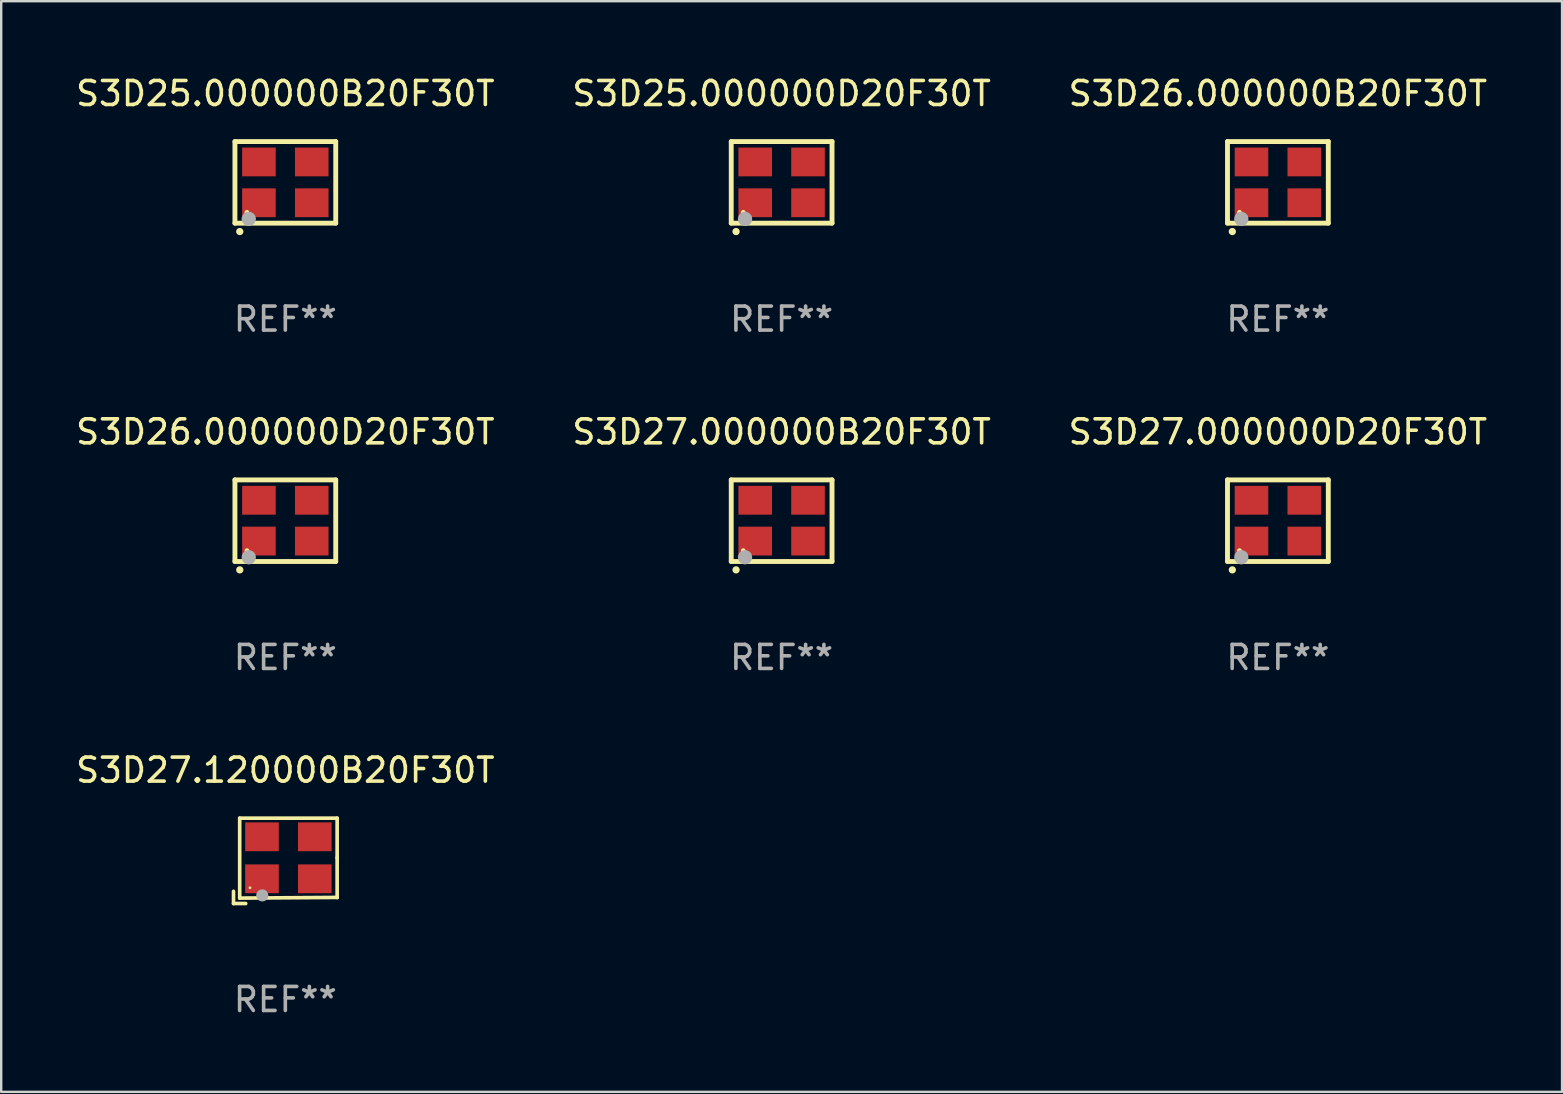
<source format=kicad_pcb>
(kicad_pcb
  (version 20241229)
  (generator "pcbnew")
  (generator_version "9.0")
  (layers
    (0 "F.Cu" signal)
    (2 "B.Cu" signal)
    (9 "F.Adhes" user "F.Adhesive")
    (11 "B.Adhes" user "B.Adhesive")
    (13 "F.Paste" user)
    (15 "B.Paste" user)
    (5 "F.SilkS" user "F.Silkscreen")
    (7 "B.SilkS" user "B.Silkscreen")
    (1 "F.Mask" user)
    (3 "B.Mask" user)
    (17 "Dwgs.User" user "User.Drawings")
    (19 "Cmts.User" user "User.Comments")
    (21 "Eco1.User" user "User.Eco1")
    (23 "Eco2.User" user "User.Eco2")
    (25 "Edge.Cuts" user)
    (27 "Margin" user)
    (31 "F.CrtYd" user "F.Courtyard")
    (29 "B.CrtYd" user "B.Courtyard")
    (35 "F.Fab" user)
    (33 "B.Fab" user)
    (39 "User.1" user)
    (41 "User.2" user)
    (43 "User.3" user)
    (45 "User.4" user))
  (footprint "S3D27.000000D20F30T"
    (layer "F.Cu")
    (at 50.196 18.645)
    (property "Reference" "S3D27.000000D20F30T" (at 0 -3.7 0) (layer "F.SilkS") (effects (font (size 1 1) (thickness 0.15))))
    (attr through_hole)
    (fp_line (start -2.1 -1.7) (end -2.1 1.7) (stroke (width 0.203) (type solid)) (layer "F.SilkS"))
    (fp_line (start -2.1 1.7) (end 2.1 1.7) (stroke (width 0.203) (type solid)) (layer "F.SilkS"))
    (fp_line (start 2.1 -1.7) (end -2.1 -1.7) (stroke (width 0.203) (type solid)) (layer "F.SilkS"))
    (fp_line (start 2.1 1.7) (end 2.1 -1.7) (stroke (width 0.203) (type solid)) (layer "F.SilkS"))
    (fp_arc (start -1.899924 2.049784) (mid -1.898654 2.049779) (end -1.897384 2.049784) (stroke (width 0.3) (type solid)) (layer "F.SilkS"))
    (fp_circle (center -1.6 1.25) (end -1.55 1.25) (stroke (width 0.1) (type solid)) (fill no) (layer "F.SilkS"))
    (fp_circle (center -1.524 1.524) (end -1.374 1.524) (stroke (width 0.3) (type solid)) (fill no) (layer "F.Fab"))
    (fp_text user "REF**" (at 0 5.7 0) (layer "F.Fab") (effects (font (size 1 1) (thickness 0.15))))
    (pad "1" smd rect (at -1.1 0.85) (size 1.4 1.2) (layers "F.Cu" "F.Mask" "F.Paste"))
    (pad "2" smd rect (at 1.1 0.85) (size 1.4 1.2) (layers "F.Cu" "F.Mask" "F.Paste"))
    (pad "3" smd rect (at 1.1 -0.85) (size 1.4 1.2) (layers "F.Cu" "F.Mask" "F.Paste"))
    (pad "4" smd rect (at -1.1 -0.85) (size 1.4 1.2) (layers "F.Cu" "F.Mask" "F.Paste")))
  (footprint "S3D27.120000B20F30T"
    (layer "F.Cu")
    (at 8.839 32.819)
    (property "Reference" "S3D27.120000B20F30T" (at 0 -3.778 0) (layer "F.SilkS") (effects (font (size 1 1) (thickness 0.15))))
    (attr through_hole)
    (fp_line (start -2.159 1.27) (end -2.159 1.778) (stroke (width 0.152) (type solid)) (layer "F.SilkS"))
    (fp_line (start -2.159 1.778) (end -1.651 1.778) (stroke (width 0.152) (type solid)) (layer "F.SilkS"))
    (fp_line (start -1.902 -1.778) (end 2.159 -1.778) (stroke (width 0.152) (type solid)) (layer "F.SilkS"))
    (fp_line (start -1.902 1.552) (end -1.902 -1.778) (stroke (width 0.152) (type solid)) (layer "F.SilkS"))
    (fp_line (start 2.159 -1.778) (end 2.159 -0.127) (stroke (width 0.152) (type solid)) (layer "F.SilkS"))
    (fp_line (start 2.159 -0.127) (end 2.159 1.524) (stroke (width 0.152) (type solid)) (layer "F.SilkS"))
    (fp_line (start 2.159 1.524) (end -1.902 1.552) (stroke (width 0.152) (type solid)) (layer "F.SilkS"))
    (fp_line (start 2.159 1.524) (end 2.159 1.524) (stroke (width 0.152) (type solid)) (layer "F.SilkS"))
    (fp_circle (center -1.473 1.123) (end -1.443 1.123) (stroke (width 0.06) (type solid)) (fill no) (layer "F.SilkS"))
    (fp_circle (center -0.961 1.44) (end -0.834 1.44) (stroke (width 0.254) (type solid)) (fill no) (layer "F.Fab"))
    (fp_text user "REF**" (at 0 5.778 0) (layer "F.Fab") (effects (font (size 1 1) (thickness 0.15))))
    (pad "1" smd rect (at -0.973 0.748) (size 1.4 1.2) (layers "F.Cu" "F.Mask" "F.Paste"))
    (pad "2" smd rect (at 1.227 0.748) (size 1.4 1.2) (layers "F.Cu" "F.Mask" "F.Paste"))
    (pad "3" smd rect (at 1.227 -1.002) (size 1.4 1.2) (layers "F.Cu" "F.Mask" "F.Paste"))
    (pad "4" smd rect (at -0.973 -1.002) (size 1.4 1.2) (layers "F.Cu" "F.Mask" "F.Paste")))
  (footprint "S3D25.000000D20F30T"
    (layer "F.Cu")
    (at 29.518 4.548)
    (property "Reference" "S3D25.000000D20F30T" (at 0 -3.7 0) (layer "F.SilkS") (effects (font (size 1 1) (thickness 0.15))))
    (attr through_hole)
    (fp_line (start -2.1 -1.7) (end -2.1 1.7) (stroke (width 0.203) (type solid)) (layer "F.SilkS"))
    (fp_line (start -2.1 1.7) (end 2.1 1.7) (stroke (width 0.203) (type solid)) (layer "F.SilkS"))
    (fp_line (start 2.1 -1.7) (end -2.1 -1.7) (stroke (width 0.203) (type solid)) (layer "F.SilkS"))
    (fp_line (start 2.1 1.7) (end 2.1 -1.7) (stroke (width 0.203) (type solid)) (layer "F.SilkS"))
    (fp_arc (start -1.899924 2.049784) (mid -1.898654 2.049779) (end -1.897384 2.049784) (stroke (width 0.3) (type solid)) (layer "F.SilkS"))
    (fp_circle (center -1.6 1.25) (end -1.55 1.25) (stroke (width 0.1) (type solid)) (fill no) (layer "F.SilkS"))
    (fp_circle (center -1.524 1.524) (end -1.374 1.524) (stroke (width 0.3) (type solid)) (fill no) (layer "F.Fab"))
    (fp_text user "REF**" (at 0 5.7 0) (layer "F.Fab") (effects (font (size 1 1) (thickness 0.15))))
    (pad "1" smd rect (at -1.1 0.85) (size 1.4 1.2) (layers "F.Cu" "F.Mask" "F.Paste"))
    (pad "2" smd rect (at 1.1 0.85) (size 1.4 1.2) (layers "F.Cu" "F.Mask" "F.Paste"))
    (pad "3" smd rect (at 1.1 -0.85) (size 1.4 1.2) (layers "F.Cu" "F.Mask" "F.Paste"))
    (pad "4" smd rect (at -1.1 -0.85) (size 1.4 1.2) (layers "F.Cu" "F.Mask" "F.Paste")))
  (footprint "S3D26.000000D20F30T"
    (layer "F.Cu")
    (at 8.839 18.645)
    (property "Reference" "S3D26.000000D20F30T" (at 0 -3.7 0) (layer "F.SilkS") (effects (font (size 1 1) (thickness 0.15))))
    (attr through_hole)
    (fp_line (start -2.1 -1.7) (end -2.1 1.7) (stroke (width 0.203) (type solid)) (layer "F.SilkS"))
    (fp_line (start -2.1 1.7) (end 2.1 1.7) (stroke (width 0.203) (type solid)) (layer "F.SilkS"))
    (fp_line (start 2.1 -1.7) (end -2.1 -1.7) (stroke (width 0.203) (type solid)) (layer "F.SilkS"))
    (fp_line (start 2.1 1.7) (end 2.1 -1.7) (stroke (width 0.203) (type solid)) (layer "F.SilkS"))
    (fp_arc (start -1.899924 2.049784) (mid -1.898654 2.049779) (end -1.897384 2.049784) (stroke (width 0.3) (type solid)) (layer "F.SilkS"))
    (fp_circle (center -1.6 1.25) (end -1.55 1.25) (stroke (width 0.1) (type solid)) (fill no) (layer "F.SilkS"))
    (fp_circle (center -1.524 1.524) (end -1.374 1.524) (stroke (width 0.3) (type solid)) (fill no) (layer "F.Fab"))
    (fp_text user "REF**" (at 0 5.7 0) (layer "F.Fab") (effects (font (size 1 1) (thickness 0.15))))
    (pad "1" smd rect (at -1.1 0.85) (size 1.4 1.2) (layers "F.Cu" "F.Mask" "F.Paste"))
    (pad "2" smd rect (at 1.1 0.85) (size 1.4 1.2) (layers "F.Cu" "F.Mask" "F.Paste"))
    (pad "3" smd rect (at 1.1 -0.85) (size 1.4 1.2) (layers "F.Cu" "F.Mask" "F.Paste"))
    (pad "4" smd rect (at -1.1 -0.85) (size 1.4 1.2) (layers "F.Cu" "F.Mask" "F.Paste")))
  (footprint "S3D26.000000B20F30T"
    (layer "F.Cu")
    (at 50.196 4.548)
    (property "Reference" "S3D26.000000B20F30T" (at 0 -3.7 0) (layer "F.SilkS") (effects (font (size 1 1) (thickness 0.15))))
    (attr through_hole)
    (fp_line (start -2.1 -1.7) (end -2.1 1.7) (stroke (width 0.203) (type solid)) (layer "F.SilkS"))
    (fp_line (start -2.1 1.7) (end 2.1 1.7) (stroke (width 0.203) (type solid)) (layer "F.SilkS"))
    (fp_line (start 2.1 -1.7) (end -2.1 -1.7) (stroke (width 0.203) (type solid)) (layer "F.SilkS"))
    (fp_line (start 2.1 1.7) (end 2.1 -1.7) (stroke (width 0.203) (type solid)) (layer "F.SilkS"))
    (fp_arc (start -1.899924 2.049784) (mid -1.898654 2.049779) (end -1.897384 2.049784) (stroke (width 0.3) (type solid)) (layer "F.SilkS"))
    (fp_circle (center -1.6 1.25) (end -1.55 1.25) (stroke (width 0.1) (type solid)) (fill no) (layer "F.SilkS"))
    (fp_circle (center -1.524 1.524) (end -1.374 1.524) (stroke (width 0.3) (type solid)) (fill no) (layer "F.Fab"))
    (fp_text user "REF**" (at 0 5.7 0) (layer "F.Fab") (effects (font (size 1 1) (thickness 0.15))))
    (pad "1" smd rect (at -1.1 0.85) (size 1.4 1.2) (layers "F.Cu" "F.Mask" "F.Paste"))
    (pad "2" smd rect (at 1.1 0.85) (size 1.4 1.2) (layers "F.Cu" "F.Mask" "F.Paste"))
    (pad "3" smd rect (at 1.1 -0.85) (size 1.4 1.2) (layers "F.Cu" "F.Mask" "F.Paste"))
    (pad "4" smd rect (at -1.1 -0.85) (size 1.4 1.2) (layers "F.Cu" "F.Mask" "F.Paste")))
  (footprint "S3D27.000000B20F30T"
    (layer "F.Cu")
    (at 29.518 18.645)
    (property "Reference" "S3D27.000000B20F30T" (at 0 -3.7 0) (layer "F.SilkS") (effects (font (size 1 1) (thickness 0.15))))
    (attr through_hole)
    (fp_line (start -2.1 -1.7) (end -2.1 1.7) (stroke (width 0.203) (type solid)) (layer "F.SilkS"))
    (fp_line (start -2.1 1.7) (end 2.1 1.7) (stroke (width 0.203) (type solid)) (layer "F.SilkS"))
    (fp_line (start 2.1 -1.7) (end -2.1 -1.7) (stroke (width 0.203) (type solid)) (layer "F.SilkS"))
    (fp_line (start 2.1 1.7) (end 2.1 -1.7) (stroke (width 0.203) (type solid)) (layer "F.SilkS"))
    (fp_arc (start -1.899924 2.049784) (mid -1.898654 2.049779) (end -1.897384 2.049784) (stroke (width 0.3) (type solid)) (layer "F.SilkS"))
    (fp_circle (center -1.6 1.25) (end -1.55 1.25) (stroke (width 0.1) (type solid)) (fill no) (layer "F.SilkS"))
    (fp_circle (center -1.524 1.524) (end -1.374 1.524) (stroke (width 0.3) (type solid)) (fill no) (layer "F.Fab"))
    (fp_text user "REF**" (at 0 5.7 0) (layer "F.Fab") (effects (font (size 1 1) (thickness 0.15))))
    (pad "1" smd rect (at -1.1 0.85) (size 1.4 1.2) (layers "F.Cu" "F.Mask" "F.Paste"))
    (pad "2" smd rect (at 1.1 0.85) (size 1.4 1.2) (layers "F.Cu" "F.Mask" "F.Paste"))
    (pad "3" smd rect (at 1.1 -0.85) (size 1.4 1.2) (layers "F.Cu" "F.Mask" "F.Paste"))
    (pad "4" smd rect (at -1.1 -0.85) (size 1.4 1.2) (layers "F.Cu" "F.Mask" "F.Paste")))
  (footprint "S3D25.000000B20F30T"
    (layer "F.Cu")
    (at 8.839 4.548)
    (property "Reference" "S3D25.000000B20F30T" (at 0 -3.7 0) (layer "F.SilkS") (effects (font (size 1 1) (thickness 0.15))))
    (attr through_hole)
    (fp_line (start -2.1 -1.7) (end -2.1 1.7) (stroke (width 0.203) (type solid)) (layer "F.SilkS"))
    (fp_line (start -2.1 1.7) (end 2.1 1.7) (stroke (width 0.203) (type solid)) (layer "F.SilkS"))
    (fp_line (start 2.1 -1.7) (end -2.1 -1.7) (stroke (width 0.203) (type solid)) (layer "F.SilkS"))
    (fp_line (start 2.1 1.7) (end 2.1 -1.7) (stroke (width 0.203) (type solid)) (layer "F.SilkS"))
    (fp_arc (start -1.899924 2.049784) (mid -1.898654 2.049779) (end -1.897384 2.049784) (stroke (width 0.3) (type solid)) (layer "F.SilkS"))
    (fp_circle (center -1.6 1.25) (end -1.55 1.25) (stroke (width 0.1) (type solid)) (fill no) (layer "F.SilkS"))
    (fp_circle (center -1.524 1.524) (end -1.374 1.524) (stroke (width 0.3) (type solid)) (fill no) (layer "F.Fab"))
    (fp_text user "REF**" (at 0 5.7 0) (layer "F.Fab") (effects (font (size 1 1) (thickness 0.15))))
    (pad "1" smd rect (at -1.1 0.85) (size 1.4 1.2) (layers "F.Cu" "F.Mask" "F.Paste"))
    (pad "2" smd rect (at 1.1 0.85) (size 1.4 1.2) (layers "F.Cu" "F.Mask" "F.Paste"))
    (pad "3" smd rect (at 1.1 -0.85) (size 1.4 1.2) (layers "F.Cu" "F.Mask" "F.Paste"))
    (pad "4" smd rect (at -1.1 -0.85) (size 1.4 1.2) (layers "F.Cu" "F.Mask" "F.Paste")))
  (gr_rect
    (start -3 -3)
    (end 62.036 42.446)
    (stroke (width 0.1) (type default))
    (fill no)
    (layer "Edge.Cuts")))
</source>
